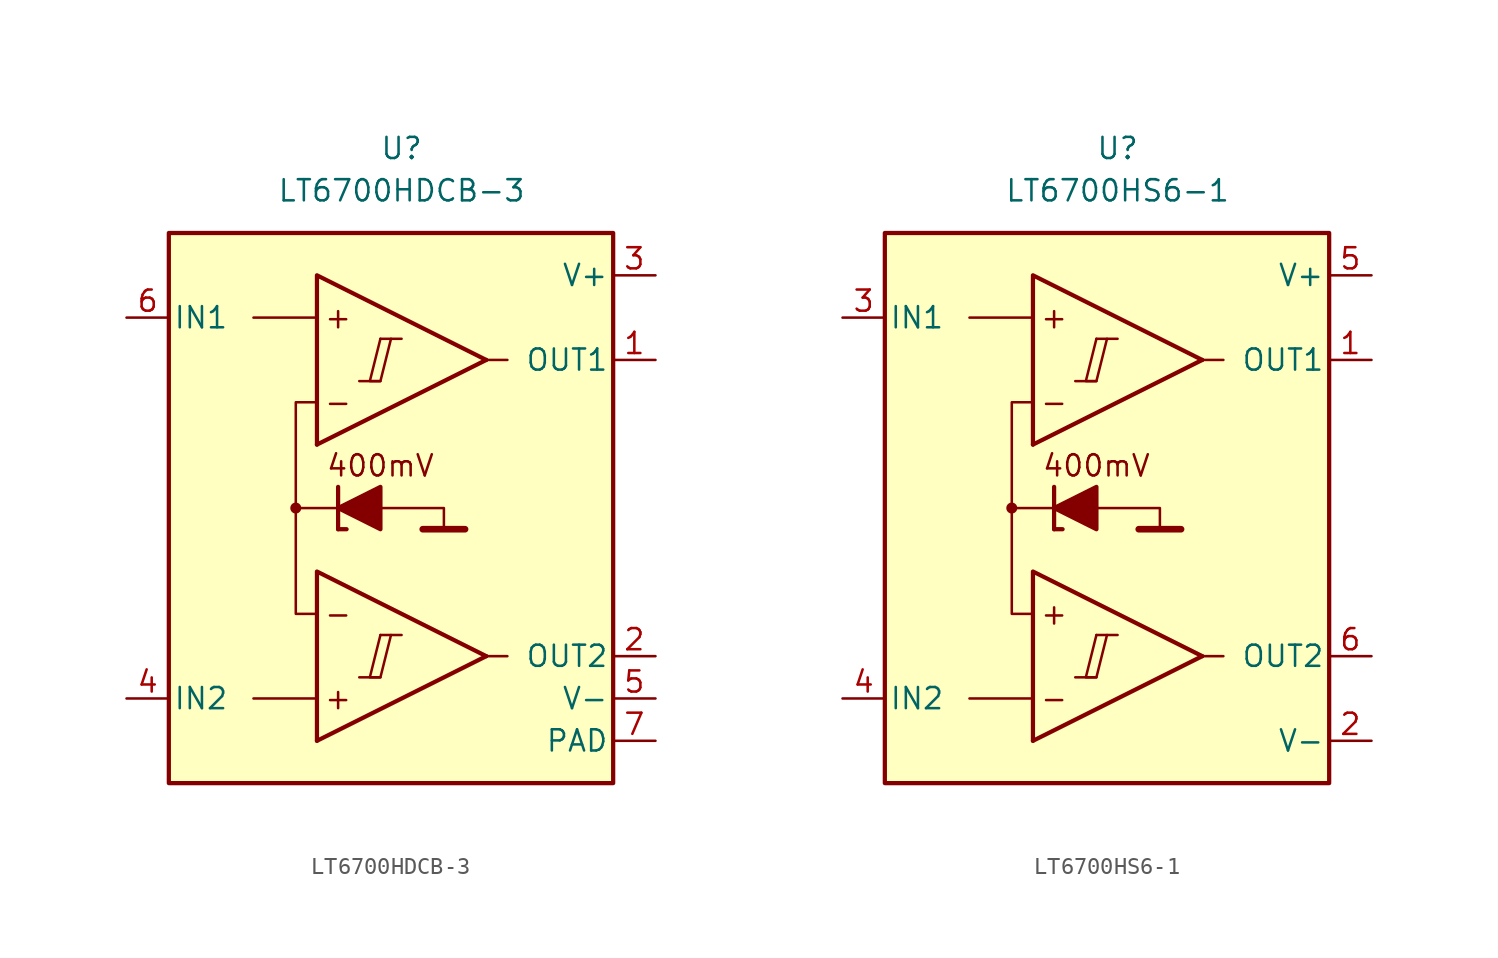
<source format=kicad_sym>
(kicad_symbol_lib
  (version 20231120)
  (generator "kicad_symbol_editor")
  (generator_version "8.0")
  (symbol "LT6700HDCB-3"
    (pin_names
      (offset 0.254))
    (property "Reference" "U"
      (at 0 22.86 0)
      (effects (font (size 1.27 1.27))))
    (property "Value" "LT6700HDCB-3"
      (at 0 20.32 0)
      (effects (font (size 1.27 1.27))))
    (symbol "LT6700HDCB-3_0_0"
      (rectangle (start -13.97 17.78) (end 12.7 -15.24) (stroke (width 0.254) (type default)) (fill (type background)))
      (circle (center -6.35 1.27) (radius 0.254) (stroke (width 0.152) (type default)) (fill (type outline)))
      (polyline (pts (xy -2.54 -8.89) (xy -1.27 -8.89)) (stroke (width 0.152) (type default)) (fill (type none)))
      (polyline (pts (xy -2.54 8.89) (xy -1.27 8.89)) (stroke (width 0.152) (type default)) (fill (type none)))
      (polyline (pts (xy -1.27 -6.35) (xy 0 -6.35)) (stroke (width 0.152) (type default)) (fill (type none)))
      (polyline (pts (xy -1.27 11.43) (xy 0 11.43)) (stroke (width 0.152) (type default)) (fill (type none)))
      (polyline (pts (xy 5.08 -7.62) (xy -5.08 -12.7)) (stroke (width 0.254) (type default)) (fill (type none)))
      (polyline (pts (xy 5.08 10.16) (xy -5.08 5.08)) (stroke (width 0.254) (type default)) (fill (type none)))
      (polyline (pts (xy 5.08 -7.62) (xy -5.08 -2.54) (xy -5.08 -12.7)) (stroke (width 0.254) (type default)) (fill (type background)))
      (polyline (pts (xy 5.08 10.16) (xy -5.08 15.24) (xy -5.08 5.08)) (stroke (width 0.254) (type default)) (fill (type background)))
      (polyline (pts (xy -1.27 -6.35) (xy -1.905 -8.89) (xy -1.27 -8.89) (xy -0.635 -6.35)) (stroke (width 0.152) (type default)) (fill (type none)))
      (polyline (pts (xy -1.27 11.43) (xy -1.905 8.89) (xy -1.27 8.89) (xy -0.635 11.43)) (stroke (width 0.152) (type default)) (fill (type none)))
      (text "+" (at -3.81 -10.16 0) (effects (font (size 1.27 1.27))))
      (text "+" (at -3.81 12.7 0) (effects (font (size 1.27 1.27))))
      (text "-" (at -3.81 -5.08 0) (effects (font (size 1.27 1.27))))
      (text "-" (at -3.81 7.62 0) (effects (font (size 1.27 1.27)))))
    (symbol "LT6700HDCB-3_0_1"
      (polyline (pts (xy -5.08 -10.16) (xy -8.89 -10.16)) (stroke (width 0) (type default)) (fill (type none)))
      (polyline (pts (xy -5.08 12.7) (xy -8.89 12.7)) (stroke (width 0) (type default)) (fill (type none)))
      (polyline (pts (xy -3.81 0) (xy -3.81 2.54)) (stroke (width 0.254) (type default)) (fill (type none)))
      (polyline (pts (xy -3.81 0) (xy -3.302 0)) (stroke (width 0.254) (type default)) (fill (type none)))
      (polyline (pts (xy -3.81 1.27) (xy -6.35 1.27)) (stroke (width 0.152) (type default)) (fill (type none)))
      (polyline (pts (xy 1.27 0) (xy 3.81 0)) (stroke (width 0.4) (type default)) (fill (type none)))
      (polyline (pts (xy 5.08 -7.62) (xy 6.35 -7.62)) (stroke (width 0) (type default)) (fill (type none)))
      (polyline (pts (xy 5.08 10.16) (xy 6.35 10.16)) (stroke (width 0) (type default)) (fill (type none)))
      (polyline (pts (xy -1.27 1.27) (xy 2.54 1.27) (xy 2.54 0)) (stroke (width 0.152) (type default)) (fill (type none)))
      (polyline (pts (xy -5.08 -5.08) (xy -6.35 -5.08) (xy -6.35 7.62) (xy -5.08 7.62)) (stroke (width 0.152) (type default)) (fill (type none)))
      (polyline (pts (xy -1.27 2.54) (xy -1.27 0) (xy -3.81 1.27) (xy -1.27 2.54)) (stroke (width 0.254) (type default)) (fill (type outline))))
    (symbol "LT6700HDCB-3_1_0"
      (text "400mV" (at -1.27 3.81 0) (effects (font (size 1.27 1.27)))))
    (symbol "LT6700HDCB-3_1_1"
      (pin output line (at 15.24 10.16 180) (length 2.54) (name "OUT1" (effects (font (size 1.27 1.27)))) (number "1" (effects (font (size 1.27 1.27)))))
      (pin output line (at 15.24 -7.62 180) (length 2.54) (name "OUT2" (effects (font (size 1.27 1.27)))) (number "2" (effects (font (size 1.27 1.27)))))
      (pin power_in line (at 15.24 15.24 180) (length 2.54) (name "V+" (effects (font (size 1.27 1.27)))) (number "3" (effects (font (size 1.27 1.27)))))
      (pin input line (at -16.51 -10.16 0) (length 2.54) (name "IN2" (effects (font (size 1.27 1.27)))) (number "4" (effects (font (size 1.27 1.27)))))
      (pin power_in line (at 15.24 -10.16 180) (length 2.54) (name "V-" (effects (font (size 1.27 1.27)))) (number "5" (effects (font (size 1.27 1.27)))))
      (pin input line (at -16.51 12.7 0) (length 2.54) (name "IN1" (effects (font (size 1.27 1.27)))) (number "6" (effects (font (size 1.27 1.27)))))
      (pin power_in line (at 15.24 -12.7 180) (length 2.54) (name "PAD" (effects (font (size 1.27 1.27)))) (number "7" (effects (font (size 1.27 1.27)))))))
  (symbol "LT6700HS6-1"
    (pin_names
      (offset 0.254))
    (property "Reference" "U"
      (at 0 22.86 0)
      (effects (font (size 1.27 1.27))))
    (property "Value" "LT6700HS6-1"
      (at 0 20.32 0)
      (effects (font (size 1.27 1.27))))
    (symbol "LT6700HS6-1_0_0"
      (rectangle (start -13.97 17.78) (end 12.7 -15.24) (stroke (width 0.254) (type default)) (fill (type background)))
      (circle (center -6.35 1.27) (radius 0.254) (stroke (width 0.152) (type default)) (fill (type outline)))
      (polyline (pts (xy -2.54 -8.89) (xy -1.27 -8.89)) (stroke (width 0.152) (type default)) (fill (type none)))
      (polyline (pts (xy -2.54 8.89) (xy -1.27 8.89)) (stroke (width 0.152) (type default)) (fill (type none)))
      (polyline (pts (xy -1.27 -6.35) (xy 0 -6.35)) (stroke (width 0.152) (type default)) (fill (type none)))
      (polyline (pts (xy -1.27 11.43) (xy 0 11.43)) (stroke (width 0.152) (type default)) (fill (type none)))
      (polyline (pts (xy 5.08 -7.62) (xy -5.08 -12.7)) (stroke (width 0.254) (type default)) (fill (type none)))
      (polyline (pts (xy 5.08 10.16) (xy -5.08 5.08)) (stroke (width 0.254) (type default)) (fill (type none)))
      (polyline (pts (xy 5.08 -7.62) (xy -5.08 -2.54) (xy -5.08 -12.7)) (stroke (width 0.254) (type default)) (fill (type background)))
      (polyline (pts (xy 5.08 10.16) (xy -5.08 15.24) (xy -5.08 5.08)) (stroke (width 0.254) (type default)) (fill (type background)))
      (polyline (pts (xy -1.27 -6.35) (xy -1.905 -8.89) (xy -1.27 -8.89) (xy -0.635 -6.35)) (stroke (width 0.152) (type default)) (fill (type none)))
      (polyline (pts (xy -1.27 11.43) (xy -1.905 8.89) (xy -1.27 8.89) (xy -0.635 11.43)) (stroke (width 0.152) (type default)) (fill (type none)))
      (text "+" (at -3.81 -5.08 0) (effects (font (size 1.27 1.27))))
      (text "+" (at -3.81 12.7 0) (effects (font (size 1.27 1.27))))
      (text "-" (at -3.81 -10.16 0) (effects (font (size 1.27 1.27))))
      (text "-" (at -3.81 7.62 0) (effects (font (size 1.27 1.27)))))
    (symbol "LT6700HS6-1_0_1"
      (polyline (pts (xy -5.08 -10.16) (xy -8.89 -10.16)) (stroke (width 0) (type default)) (fill (type none)))
      (polyline (pts (xy -5.08 12.7) (xy -8.89 12.7)) (stroke (width 0) (type default)) (fill (type none)))
      (polyline (pts (xy -3.81 0) (xy -3.81 2.54)) (stroke (width 0.254) (type default)) (fill (type none)))
      (polyline (pts (xy -3.81 0) (xy -3.302 0)) (stroke (width 0.254) (type default)) (fill (type none)))
      (polyline (pts (xy -3.81 1.27) (xy -6.35 1.27)) (stroke (width 0.152) (type default)) (fill (type none)))
      (polyline (pts (xy 1.27 0) (xy 3.81 0)) (stroke (width 0.4) (type default)) (fill (type none)))
      (polyline (pts (xy 5.08 -7.62) (xy 6.35 -7.62)) (stroke (width 0) (type default)) (fill (type none)))
      (polyline (pts (xy 5.08 10.16) (xy 6.35 10.16)) (stroke (width 0) (type default)) (fill (type none)))
      (polyline (pts (xy -1.27 1.27) (xy 2.54 1.27) (xy 2.54 0)) (stroke (width 0.152) (type default)) (fill (type none)))
      (polyline (pts (xy -5.08 -5.08) (xy -6.35 -5.08) (xy -6.35 7.62) (xy -5.08 7.62)) (stroke (width 0.152) (type default)) (fill (type none)))
      (polyline (pts (xy -1.27 2.54) (xy -1.27 0) (xy -3.81 1.27) (xy -1.27 2.54)) (stroke (width 0.254) (type default)) (fill (type outline))))
    (symbol "LT6700HS6-1_1_0"
      (text "400mV" (at -1.27 3.81 0) (effects (font (size 1.27 1.27)))))
    (symbol "LT6700HS6-1_1_1"
      (pin output line (at 15.24 10.16 180) (length 2.54) (name "OUT1" (effects (font (size 1.27 1.27)))) (number "1" (effects (font (size 1.27 1.27)))))
      (pin power_in line (at 15.24 -12.7 180) (length 2.54) (name "V-" (effects (font (size 1.27 1.27)))) (number "2" (effects (font (size 1.27 1.27)))))
      (pin input line (at -16.51 12.7 0) (length 2.54) (name "IN1" (effects (font (size 1.27 1.27)))) (number "3" (effects (font (size 1.27 1.27)))))
      (pin input line (at -16.51 -10.16 0) (length 2.54) (name "IN2" (effects (font (size 1.27 1.27)))) (number "4" (effects (font (size 1.27 1.27)))))
      (pin power_in line (at 15.24 15.24 180) (length 2.54) (name "V+" (effects (font (size 1.27 1.27)))) (number "5" (effects (font (size 1.27 1.27)))))
      (pin output line (at 15.24 -7.62 180) (length 2.54) (name "OUT2" (effects (font (size 1.27 1.27)))) (number "6" (effects (font (size 1.27 1.27))))))))
</source>
